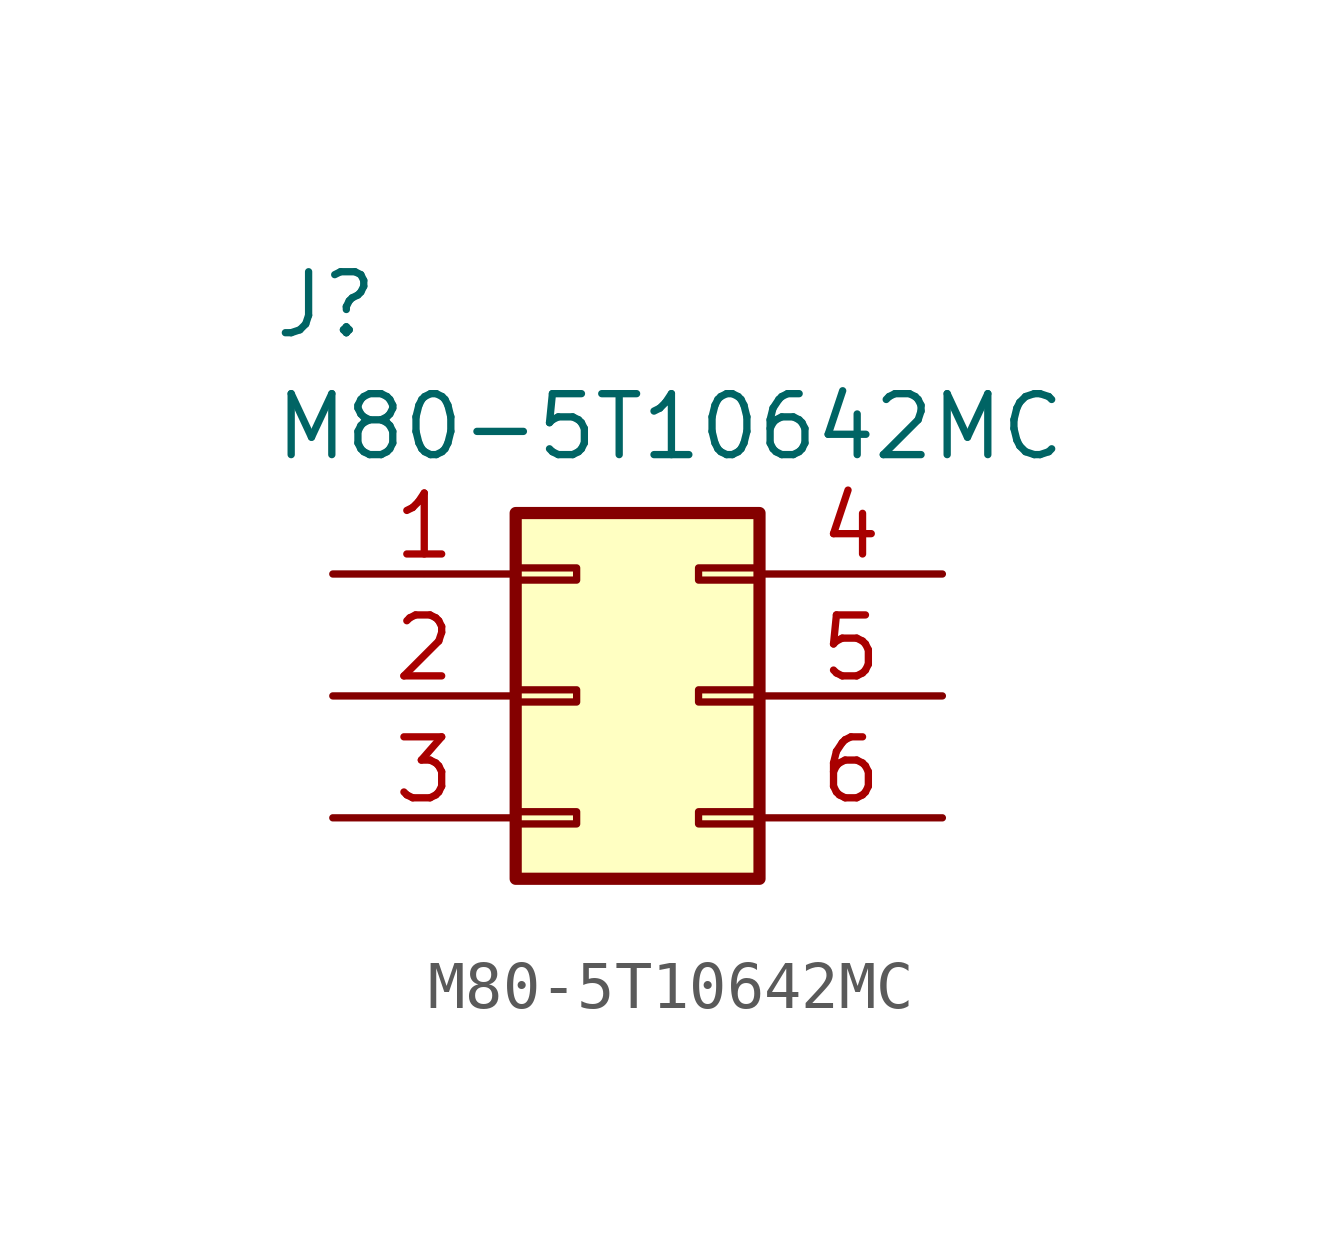
<source format=kicad_sym>
(kicad_symbol_lib
  (version 20220914)
  (generator kicad_symbol_editor)
  (symbol "M80-5T10642MC"
    (property "Reference" "J"
      (at -7.62 8.89 0)
      (effects (font (size 1.27 1.27)) (justify left top)))
    (property "Value" "M80-5T10642MC"
      (at -7.62 6.35 0)
      (effects (font (size 1.27 1.27)) (justify left top)))
    (symbol "M80-5T10642MC_1_1"
      (rectangle (start -2.54 -2.413) (end -1.27 -2.667) (stroke (width 0.152) (type default)) (fill (type none)))
      (rectangle (start -2.54 0.127) (end -1.27 -0.127) (stroke (width 0.152) (type default)) (fill (type none)))
      (rectangle (start -2.54 2.667) (end -1.27 2.413) (stroke (width 0.152) (type default)) (fill (type none)))
      (rectangle (start -2.54 3.81) (end 2.54 -3.81) (stroke (width 0.254) (type default)) (fill (type background)))
      (rectangle (start 2.54 -2.413) (end 1.27 -2.667) (stroke (width 0.152) (type default)) (fill (type none)))
      (rectangle (start 2.54 0.127) (end 1.27 -0.127) (stroke (width 0.152) (type default)) (fill (type none)))
      (rectangle (start 2.54 2.667) (end 1.27 2.413) (stroke (width 0.152) (type default)) (fill (type none)))
      (pin passive line (at -6.35 2.54 0) (length 3.81) (name "" (effects (font (size 1.27 1.27)))) (number "1" (effects (font (size 1.27 1.27)))))
      (pin passive line (at -6.35 0 0) (length 3.81) (name "" (effects (font (size 1.27 1.27)))) (number "2" (effects (font (size 1.27 1.27)))))
      (pin passive line (at -6.35 -2.54 0) (length 3.81) (name "" (effects (font (size 1.27 1.27)))) (number "3" (effects (font (size 1.27 1.27)))))
      (pin passive line (at 6.35 2.54 180) (length 3.81) (name "" (effects (font (size 1.27 1.27)))) (number "4" (effects (font (size 1.27 1.27)))))
      (pin passive line (at 6.35 0 180) (length 3.81) (name "" (effects (font (size 1.27 1.27)))) (number "5" (effects (font (size 1.27 1.27)))))
      (pin passive line (at 6.35 -2.54 180) (length 3.81) (name "" (effects (font (size 1.27 1.27)))) (number "6" (effects (font (size 1.27 1.27))))))))
</source>
